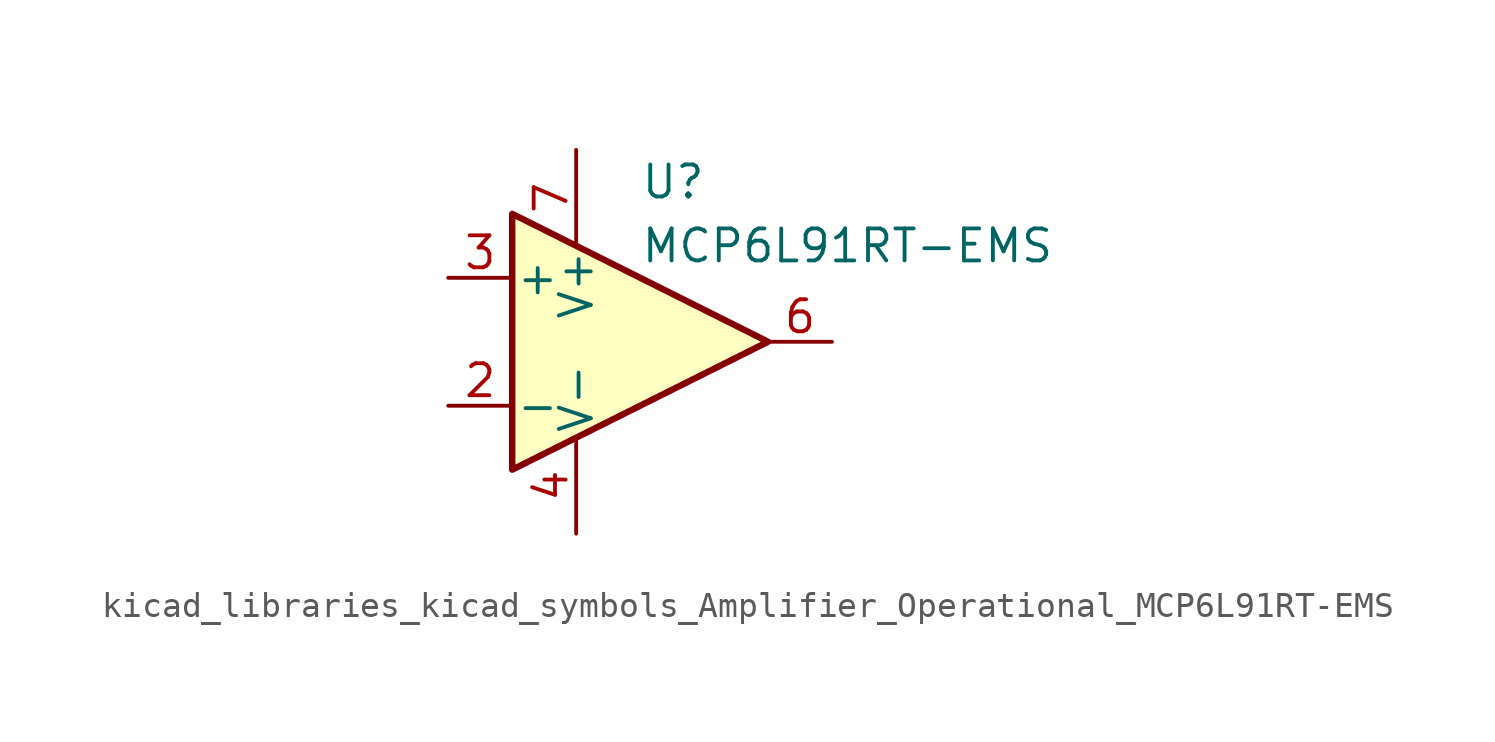
<source format=kicad_sym>
(kicad_symbol_lib
  (version 20220914)
  (generator kicad_symbol_editor)
  (symbol "kicad_libraries_kicad_symbols_Amplifier_Operational_MCP6L91RT-EMS"
    (pin_names
      (offset 0.127))
    (property "Reference" "U"
      (at 0 6.35 0)
      (effects (font (size 1.27 1.27)) (justify left)))
    (property "Value" "MCP6L91RT-EMS"
      (at 0 3.81 0)
      (effects (font (size 1.27 1.27)) (justify left)))
    (symbol "kicad_libraries_kicad_symbols_Amplifier_Operational_MCP6L91RT-EMS_0_1"
      (polyline (pts (xy -5.08 5.08) (xy 5.08 0) (xy -5.08 -5.08) (xy -5.08 5.08)) (stroke (width 0.254) (type default)) (fill (type background))))
    (symbol "kicad_libraries_kicad_symbols_Amplifier_Operational_MCP6L91RT-EMS_1_1"
      (pin no_connect line (at -2.54 2.54 270) (length 2.54) hide (name "NC" (effects (font (size 1.27 1.27)))) (number "1" (effects (font (size 1.27 1.27)))))
      (pin input line (at -7.62 -2.54 0) (length 2.54) (name "-" (effects (font (size 1.27 1.27)))) (number "2" (effects (font (size 1.27 1.27)))))
      (pin input line (at -7.62 2.54 0) (length 2.54) (name "+" (effects (font (size 1.27 1.27)))) (number "3" (effects (font (size 1.27 1.27)))))
      (pin power_in line (at -2.54 -7.62 90) (length 3.81) (name "V-" (effects (font (size 1.27 1.27)))) (number "4" (effects (font (size 1.27 1.27)))))
      (pin no_connect line (at 0 2.54 270) (length 2.54) hide (name "NC" (effects (font (size 1.27 1.27)))) (number "5" (effects (font (size 1.27 1.27)))))
      (pin output line (at 7.62 0 180) (length 2.54) (name "~" (effects (font (size 1.27 1.27)))) (number "6" (effects (font (size 1.27 1.27)))))
      (pin power_in line (at -2.54 7.62 270) (length 3.81) (name "V+" (effects (font (size 1.27 1.27)))) (number "7" (effects (font (size 1.27 1.27)))))
      (pin no_connect line (at 0 -2.54 90) (length 2.54) hide (name "NC" (effects (font (size 1.27 1.27)))) (number "8" (effects (font (size 1.27 1.27))))))))
</source>
